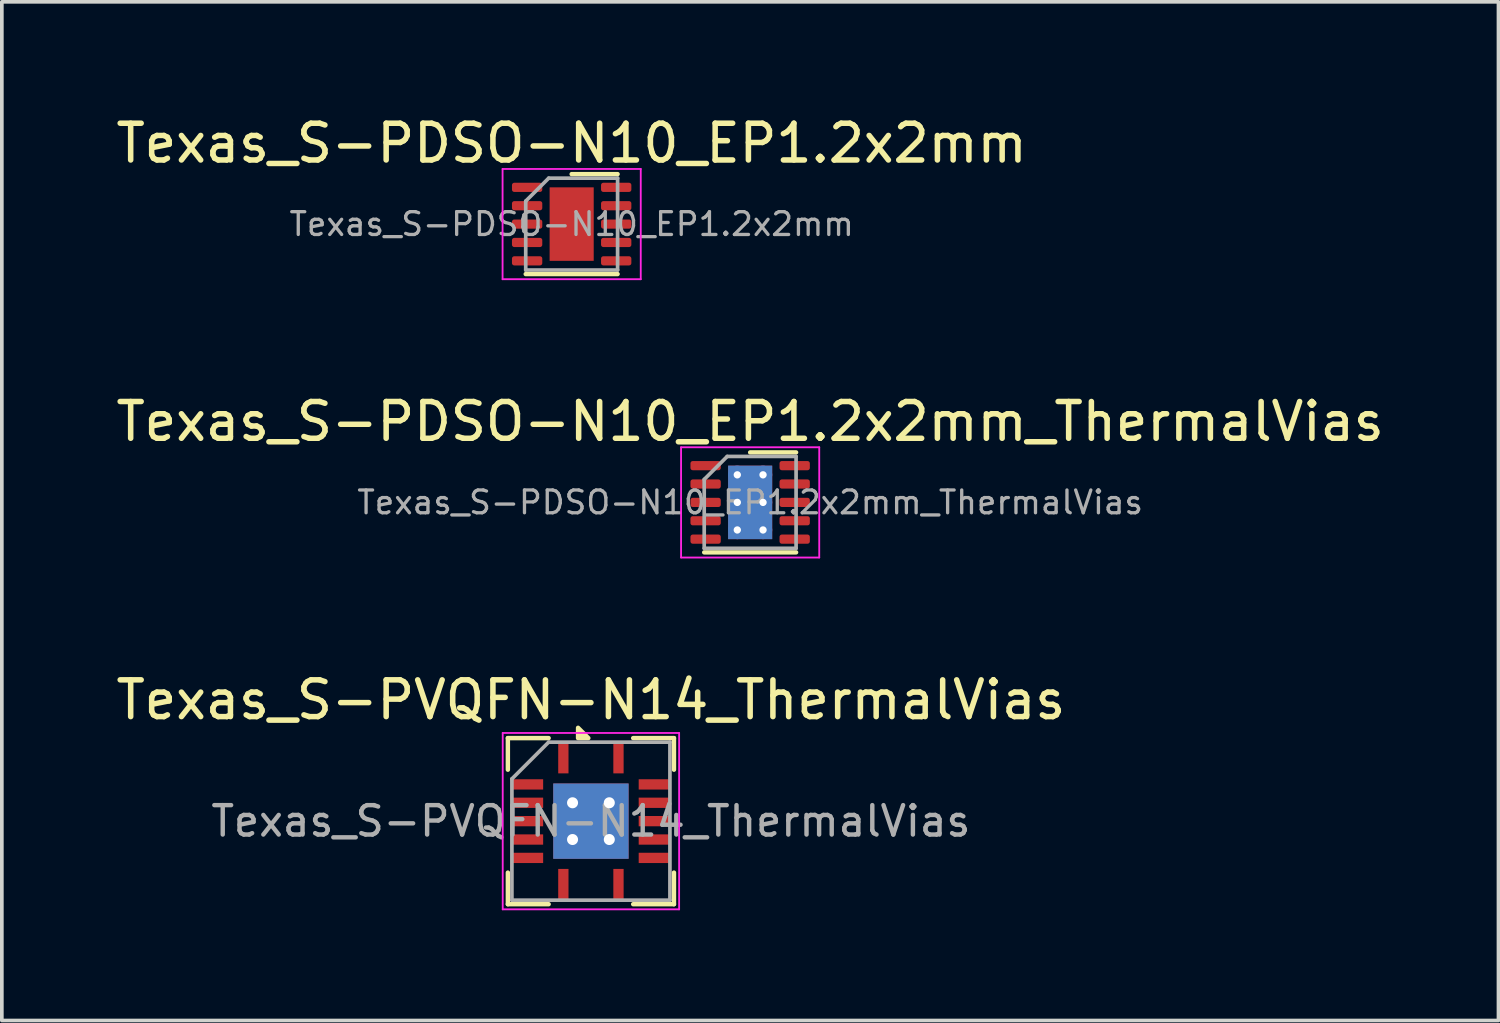
<source format=kicad_pcb>
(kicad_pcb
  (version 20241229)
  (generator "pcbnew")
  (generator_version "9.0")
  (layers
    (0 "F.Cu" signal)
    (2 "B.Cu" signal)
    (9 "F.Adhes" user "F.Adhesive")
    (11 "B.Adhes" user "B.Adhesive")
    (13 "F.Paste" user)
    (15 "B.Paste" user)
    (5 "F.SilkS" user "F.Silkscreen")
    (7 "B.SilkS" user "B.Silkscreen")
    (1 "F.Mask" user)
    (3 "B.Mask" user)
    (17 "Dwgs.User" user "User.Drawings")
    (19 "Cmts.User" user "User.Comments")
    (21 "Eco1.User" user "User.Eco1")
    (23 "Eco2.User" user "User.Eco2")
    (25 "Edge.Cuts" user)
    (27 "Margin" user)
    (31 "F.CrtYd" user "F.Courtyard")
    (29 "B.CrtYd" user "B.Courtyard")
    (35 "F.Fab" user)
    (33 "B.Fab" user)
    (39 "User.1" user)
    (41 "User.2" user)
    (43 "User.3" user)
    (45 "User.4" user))
  (footprint "Texas_S-PDSO-N10_EP1.2x2mm_ThermalVias"
    (layer "F.Cu")
    (at 17.363 10.621)
    (property "Reference" "Texas_S-PDSO-N10_EP1.2x2mm_ThermalVias" (at 0 -2.2 0) (layer "F.SilkS") (effects (font (size 1 1) (thickness 0.15))))
    (attr smd)
    (fp_line (start -1.25 1.36) (end 1.25 1.36) (stroke (width 0.12) (type solid)) (layer "F.SilkS"))
    (fp_line (start 0 -1.36) (end 1.25 -1.36) (stroke (width 0.12) (type solid)) (layer "F.SilkS"))
    (fp_line (start -1.88 -1.5) (end -1.88 1.5) (stroke (width 0.05) (type solid)) (layer "F.CrtYd"))
    (fp_line (start -1.88 1.5) (end 1.88 1.5) (stroke (width 0.05) (type solid)) (layer "F.CrtYd"))
    (fp_line (start 1.88 -1.5) (end -1.88 -1.5) (stroke (width 0.05) (type solid)) (layer "F.CrtYd"))
    (fp_line (start 1.88 1.5) (end 1.88 -1.5) (stroke (width 0.05) (type solid)) (layer "F.CrtYd"))
    (fp_line (start -1.25 -0.625) (end -0.625 -1.25) (stroke (width 0.1) (type solid)) (layer "F.Fab"))
    (fp_line (start -1.25 1.25) (end -1.25 -0.625) (stroke (width 0.1) (type solid)) (layer "F.Fab"))
    (fp_line (start -0.625 -1.25) (end 1.25 -1.25) (stroke (width 0.1) (type solid)) (layer "F.Fab"))
    (fp_line (start 1.25 -1.25) (end 1.25 1.25) (stroke (width 0.1) (type solid)) (layer "F.Fab"))
    (fp_line (start 1.25 1.25) (end -1.25 1.25) (stroke (width 0.1) (type solid)) (layer "F.Fab"))
    (fp_text user "${REFERENCE}" (at 0 0 0) (layer "F.Fab") (effects (font (size 0.62 0.62) (thickness 0.09))))
    (pad "" smd roundrect (at -0.3 -0.5) (size 0.5 0.84) (layers "F.Paste") (roundrect_rratio 0.25))
    (pad "" smd roundrect (at -0.3 0.5) (size 0.5 0.84) (layers "F.Paste") (roundrect_rratio 0.25))
    (pad "" smd roundrect (at 0.3 -0.5) (size 0.5 0.84) (layers "F.Paste") (roundrect_rratio 0.25))
    (pad "" smd roundrect (at 0.3 0.5) (size 0.5 0.84) (layers "F.Paste") (roundrect_rratio 0.25))
    (pad "1" smd roundrect (at -1.212 -1) (size 0.825 0.25) (layers "F.Cu" "F.Mask" "F.Paste") (roundrect_rratio 0.25))
    (pad "2" smd roundrect (at -1.212 -0.5) (size 0.825 0.25) (layers "F.Cu" "F.Mask" "F.Paste") (roundrect_rratio 0.25))
    (pad "3" smd roundrect (at -1.212 0) (size 0.825 0.25) (layers "F.Cu" "F.Mask" "F.Paste") (roundrect_rratio 0.25))
    (pad "4" smd roundrect (at -1.212 0.5) (size 0.825 0.25) (layers "F.Cu" "F.Mask" "F.Paste") (roundrect_rratio 0.25))
    (pad "5" smd roundrect (at -1.212 1) (size 0.825 0.25) (layers "F.Cu" "F.Mask" "F.Paste") (roundrect_rratio 0.25))
    (pad "6" smd roundrect (at 1.212 1) (size 0.825 0.25) (layers "F.Cu" "F.Mask" "F.Paste") (roundrect_rratio 0.25))
    (pad "7" smd roundrect (at 1.212 0.5) (size 0.825 0.25) (layers "F.Cu" "F.Mask" "F.Paste") (roundrect_rratio 0.25))
    (pad "8" smd roundrect (at 1.212 0) (size 0.825 0.25) (layers "F.Cu" "F.Mask" "F.Paste") (roundrect_rratio 0.25))
    (pad "9" smd roundrect (at 1.212 -0.5) (size 0.825 0.25) (layers "F.Cu" "F.Mask" "F.Paste") (roundrect_rratio 0.25))
    (pad "10" smd roundrect (at 1.212 -1) (size 0.825 0.25) (layers "F.Cu" "F.Mask" "F.Paste") (roundrect_rratio 0.25))
    (pad "11" thru_hole circle (at -0.35 -0.75) (size 0.5 0.5) (drill 0.2) (layers "*.Cu"))
    (pad "11" thru_hole circle (at -0.35 0) (size 0.5 0.5) (drill 0.2) (layers "*.Cu"))
    (pad "11" thru_hole circle (at -0.35 0.75) (size 0.5 0.5) (drill 0.2) (layers "*.Cu"))
    (pad "11" smd rect (at 0 0) (size 1.2 2) (layers "F.Cu" "F.Mask"))
    (pad "11" smd rect (at 0 0) (size 1.2 2) (layers "B.Cu"))
    (pad "11" thru_hole circle (at 0.35 -0.75) (size 0.5 0.5) (drill 0.2) (layers "*.Cu"))
    (pad "11" thru_hole circle (at 0.35 0) (size 0.5 0.5) (drill 0.2) (layers "*.Cu"))
    (pad "11" thru_hole circle (at 0.35 0.75) (size 0.5 0.5) (drill 0.2) (layers "*.Cu")))
  (footprint "Texas_S-PVQFN-N14_ThermalVias"
    (layer "F.Cu")
    (at 13.03 19.295)
    (property "Reference" "Texas_S-PVQFN-N14_ThermalVias" (at 0 -3.3 0) (layer "F.SilkS") (effects (font (size 1 1) (thickness 0.15))))
    (attr smd)
    (fp_line (start -2.26 -1.4) (end -2.26 -2.26) (stroke (width 0.12) (type solid)) (layer "F.SilkS"))
    (fp_line (start -2.26 2.26) (end -2.26 1.4) (stroke (width 0.12) (type default)) (layer "F.SilkS"))
    (fp_line (start -1.15 -2.26) (end -2.26 -2.26) (stroke (width 0.12) (type solid)) (layer "F.SilkS"))
    (fp_line (start -1.15 2.26) (end -2.26 2.26) (stroke (width 0.12) (type default)) (layer "F.SilkS"))
    (fp_line (start 1.15 -2.26) (end 2.26 -2.26) (stroke (width 0.12) (type default)) (layer "F.SilkS"))
    (fp_line (start 1.15 2.26) (end 2.26 2.26) (stroke (width 0.12) (type default)) (layer "F.SilkS"))
    (fp_line (start 2.26 -2.26) (end 2.26 -1.4) (stroke (width 0.12) (type default)) (layer "F.SilkS"))
    (fp_line (start 2.26 2.26) (end 2.26 1.4) (stroke (width 0.12) (type default)) (layer "F.SilkS"))
    (fp_poly (pts (xy -0.35 -2.26) (xy -0.35 -2.54) (xy -0.07 -2.26) (xy -0.35 -2.26)) (stroke (width 0.12) (type solid)) (fill yes) (layer "F.SilkS"))
    (fp_line (start -2.4 -2.4) (end 2.4 -2.4) (stroke (width 0.05) (type solid)) (layer "F.CrtYd"))
    (fp_line (start -2.4 2.4) (end -2.4 -2.4) (stroke (width 0.05) (type solid)) (layer "F.CrtYd"))
    (fp_line (start 2.4 -2.4) (end 2.4 2.4) (stroke (width 0.05) (type solid)) (layer "F.CrtYd"))
    (fp_line (start 2.4 2.4) (end -2.4 2.4) (stroke (width 0.05) (type solid)) (layer "F.CrtYd"))
    (fp_line (start -2.15 2.15) (end -2.15 -1.15) (stroke (width 0.1) (type solid)) (layer "F.Fab"))
    (fp_line (start -1.15 -2.15) (end -2.15 -1.15) (stroke (width 0.1) (type solid)) (layer "F.Fab"))
    (fp_line (start -1.15 -2.15) (end 2.15 -2.15) (stroke (width 0.1) (type solid)) (layer "F.Fab"))
    (fp_line (start 2.15 -2.15) (end 2.15 2.15) (stroke (width 0.1) (type solid)) (layer "F.Fab"))
    (fp_line (start 2.15 2.15) (end -2.15 2.15) (stroke (width 0.1) (type solid)) (layer "F.Fab"))
    (fp_text user "${REFERENCE}" (at 0 0 0) (layer "F.Fab") (effects (font (size 0.8 0.8) (thickness 0.12))))
    (pad "" smd rect (at -0.56 -0.56 270) (size 0.82 0.82) (layers "F.Paste"))
    (pad "" smd rect (at -0.56 0.56 270) (size 0.82 0.82) (layers "F.Paste"))
    (pad "" smd rect (at 0.56 -0.56 270) (size 0.82 0.82) (layers "F.Paste"))
    (pad "" smd rect (at 0.56 0.56 270) (size 0.82 0.82) (layers "F.Paste"))
    (pad "1" smd rect (at -0.75 -1.725 270) (size 0.85 0.28) (layers "F.Cu" "F.Mask" "F.Paste"))
    (pad "2" smd rect (at -1.725 -1 270) (size 0.28 0.85) (layers "F.Cu" "F.Mask" "F.Paste"))
    (pad "3" smd rect (at -1.725 -0.5 270) (size 0.28 0.85) (layers "F.Cu" "F.Mask" "F.Paste"))
    (pad "4" smd rect (at -1.725 0 270) (size 0.28 0.85) (layers "F.Cu" "F.Mask" "F.Paste"))
    (pad "5" smd rect (at -1.725 0.5 270) (size 0.28 0.85) (layers "F.Cu" "F.Mask" "F.Paste"))
    (pad "6" smd rect (at -1.725 1 270) (size 0.28 0.85) (layers "F.Cu" "F.Mask" "F.Paste"))
    (pad "7" smd rect (at -0.75 1.725 270) (size 0.85 0.28) (layers "F.Cu" "F.Mask" "F.Paste"))
    (pad "8" smd rect (at 0.75 1.725 270) (size 0.85 0.28) (layers "F.Cu" "F.Mask" "F.Paste"))
    (pad "9" smd rect (at 1.725 1 270) (size 0.28 0.85) (layers "F.Cu" "F.Mask" "F.Paste"))
    (pad "10" smd rect (at 1.725 0.5 270) (size 0.28 0.85) (layers "F.Cu" "F.Mask" "F.Paste"))
    (pad "11" smd rect (at 1.725 0 270) (size 0.28 0.85) (layers "F.Cu" "F.Mask" "F.Paste"))
    (pad "12" smd rect (at 1.725 -0.5 270) (size 0.28 0.85) (layers "F.Cu" "F.Mask" "F.Paste"))
    (pad "13" smd rect (at 1.725 -1 270) (size 0.28 0.85) (layers "F.Cu" "F.Mask" "F.Paste"))
    (pad "14" smd rect (at 0.75 -1.725 270) (size 0.85 0.28) (layers "F.Cu" "F.Mask" "F.Paste"))
    (pad "15" thru_hole circle (at -0.5 -0.5 270) (size 0.6 0.6) (drill 0.3) (layers "*.Cu"))
    (pad "15" thru_hole circle (at -0.5 0.5 270) (size 0.6 0.6) (drill 0.3) (layers "*.Cu"))
    (pad "15" smd rect (at 0 0 270) (size 2.05 2.05) (layers "F.Cu" "F.Mask"))
    (pad "15" smd rect (at 0 0 270) (size 2.05 2.05) (layers "B.Cu"))
    (pad "15" thru_hole circle (at 0.5 -0.5 270) (size 0.6 0.6) (drill 0.3) (layers "*.Cu"))
    (pad "15" thru_hole circle (at 0.5 0.5 270) (size 0.6 0.6) (drill 0.3) (layers "*.Cu")))
  (footprint "Texas_S-PDSO-N10_EP1.2x2mm"
    (layer "F.Cu")
    (at 12.506 3.048)
    (property "Reference" "Texas_S-PDSO-N10_EP1.2x2mm" (at 0 -2.2 0) (layer "F.SilkS") (effects (font (size 1 1) (thickness 0.15))))
    (attr smd)
    (fp_line (start -1.25 1.36) (end 1.25 1.36) (stroke (width 0.12) (type solid)) (layer "F.SilkS"))
    (fp_line (start 0 -1.36) (end 1.25 -1.36) (stroke (width 0.12) (type solid)) (layer "F.SilkS"))
    (fp_line (start -1.88 -1.5) (end -1.88 1.5) (stroke (width 0.05) (type solid)) (layer "F.CrtYd"))
    (fp_line (start -1.88 1.5) (end 1.88 1.5) (stroke (width 0.05) (type solid)) (layer "F.CrtYd"))
    (fp_line (start 1.88 -1.5) (end -1.88 -1.5) (stroke (width 0.05) (type solid)) (layer "F.CrtYd"))
    (fp_line (start 1.88 1.5) (end 1.88 -1.5) (stroke (width 0.05) (type solid)) (layer "F.CrtYd"))
    (fp_line (start -1.25 -0.625) (end -0.625 -1.25) (stroke (width 0.1) (type solid)) (layer "F.Fab"))
    (fp_line (start -1.25 1.25) (end -1.25 -0.625) (stroke (width 0.1) (type solid)) (layer "F.Fab"))
    (fp_line (start -0.625 -1.25) (end 1.25 -1.25) (stroke (width 0.1) (type solid)) (layer "F.Fab"))
    (fp_line (start 1.25 -1.25) (end 1.25 1.25) (stroke (width 0.1) (type solid)) (layer "F.Fab"))
    (fp_line (start 1.25 1.25) (end -1.25 1.25) (stroke (width 0.1) (type solid)) (layer "F.Fab"))
    (fp_text user "${REFERENCE}" (at 0 0 0) (layer "F.Fab") (effects (font (size 0.62 0.62) (thickness 0.09))))
    (pad "" smd roundrect (at -0.3 -0.5) (size 0.48 0.81) (layers "F.Paste") (roundrect_rratio 0.25))
    (pad "" smd roundrect (at -0.3 0.5) (size 0.48 0.81) (layers "F.Paste") (roundrect_rratio 0.25))
    (pad "" smd roundrect (at 0.3 -0.5) (size 0.48 0.81) (layers "F.Paste") (roundrect_rratio 0.25))
    (pad "" smd roundrect (at 0.3 0.5) (size 0.48 0.81) (layers "F.Paste") (roundrect_rratio 0.25))
    (pad "1" smd roundrect (at -1.212 -1) (size 0.825 0.25) (layers "F.Cu" "F.Mask" "F.Paste") (roundrect_rratio 0.25))
    (pad "2" smd roundrect (at -1.212 -0.5) (size 0.825 0.25) (layers "F.Cu" "F.Mask" "F.Paste") (roundrect_rratio 0.25))
    (pad "3" smd roundrect (at -1.212 0) (size 0.825 0.25) (layers "F.Cu" "F.Mask" "F.Paste") (roundrect_rratio 0.25))
    (pad "4" smd roundrect (at -1.212 0.5) (size 0.825 0.25) (layers "F.Cu" "F.Mask" "F.Paste") (roundrect_rratio 0.25))
    (pad "5" smd roundrect (at -1.212 1) (size 0.825 0.25) (layers "F.Cu" "F.Mask" "F.Paste") (roundrect_rratio 0.25))
    (pad "6" smd roundrect (at 1.212 1) (size 0.825 0.25) (layers "F.Cu" "F.Mask" "F.Paste") (roundrect_rratio 0.25))
    (pad "7" smd roundrect (at 1.212 0.5) (size 0.825 0.25) (layers "F.Cu" "F.Mask" "F.Paste") (roundrect_rratio 0.25))
    (pad "8" smd roundrect (at 1.212 0) (size 0.825 0.25) (layers "F.Cu" "F.Mask" "F.Paste") (roundrect_rratio 0.25))
    (pad "9" smd roundrect (at 1.212 -0.5) (size 0.825 0.25) (layers "F.Cu" "F.Mask" "F.Paste") (roundrect_rratio 0.25))
    (pad "10" smd roundrect (at 1.212 -1) (size 0.825 0.25) (layers "F.Cu" "F.Mask" "F.Paste") (roundrect_rratio 0.25))
    (pad "11" smd rect (at 0 0) (size 1.2 2) (layers "F.Cu" "F.Mask")))
  (gr_rect
    (start -3 -3)
    (end 37.726 24.72)
    (stroke (width 0.1) (type default))
    (fill no)
    (layer "Edge.Cuts")))
</source>
